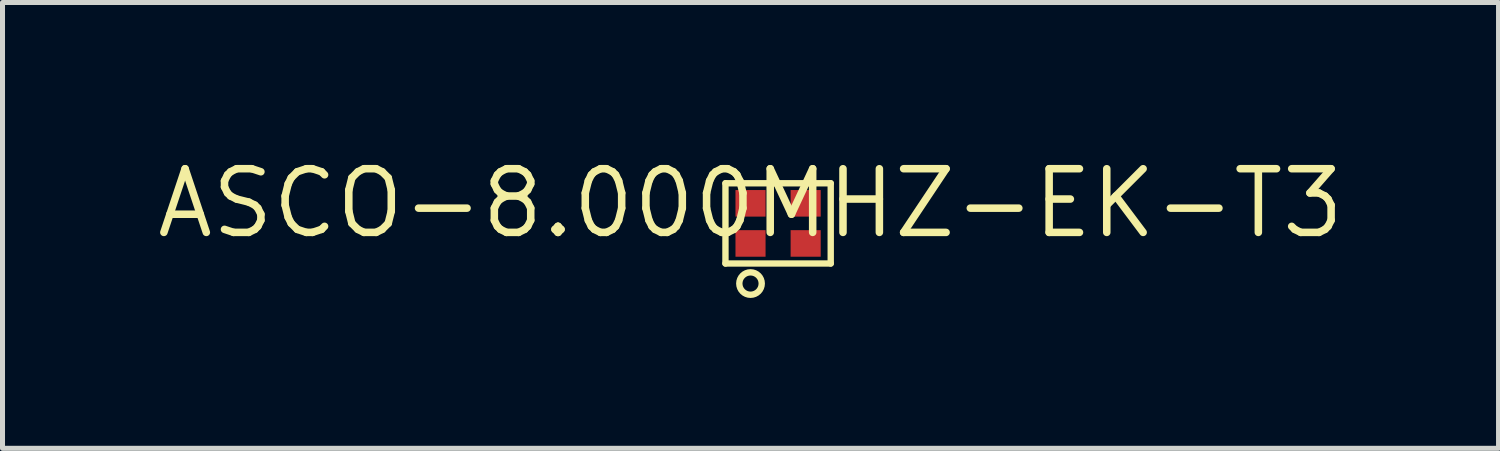
<source format=kicad_pcb>
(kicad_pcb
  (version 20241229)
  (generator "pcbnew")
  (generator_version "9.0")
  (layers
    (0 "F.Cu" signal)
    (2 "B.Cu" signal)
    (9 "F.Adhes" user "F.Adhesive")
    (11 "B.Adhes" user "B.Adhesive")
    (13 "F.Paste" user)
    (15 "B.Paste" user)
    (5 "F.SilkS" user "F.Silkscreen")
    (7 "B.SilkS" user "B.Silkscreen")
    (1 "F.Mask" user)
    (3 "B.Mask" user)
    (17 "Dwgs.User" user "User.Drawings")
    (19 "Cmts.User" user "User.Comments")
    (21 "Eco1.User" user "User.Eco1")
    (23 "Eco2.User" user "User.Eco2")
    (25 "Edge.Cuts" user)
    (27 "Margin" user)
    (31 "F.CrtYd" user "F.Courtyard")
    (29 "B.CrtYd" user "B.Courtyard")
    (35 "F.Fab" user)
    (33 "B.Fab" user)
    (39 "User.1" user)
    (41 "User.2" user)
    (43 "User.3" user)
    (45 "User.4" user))
  (footprint "ASCO-8.000MHZ-EK-T3"
    (layer "F.Cu")
    (at 11.921 1.006)
    (property "Reference" "ASCO-8.000MHZ-EK-T3" (at 0 0 0) (layer "F.SilkS") (effects (font (size 1.27 1.27) (thickness 0.15))))
    (fp_line (start -0.5 -0.4) (end 1.6 -0.4) (stroke (width 0.127) (type solid)) (layer "F.SilkS"))
    (fp_line (start -0.5 1.2) (end -0.5 -0.4) (stroke (width 0.127) (type solid)) (layer "F.SilkS"))
    (fp_line (start 1.6 -0.4) (end 1.6 1.2) (stroke (width 0.127) (type solid)) (layer "F.SilkS"))
    (fp_line (start 1.6 1.2) (end -0.5 1.2) (stroke (width 0.127) (type solid)) (layer "F.SilkS"))
    (fp_circle (center 0 1.6) (end 0.224 1.6) (stroke (width 0.127) (type solid)) (fill no) (layer "F.SilkS"))
    (pad "P$1" smd rect (at 0 0.8) (size 0.6 0.53) (layers "F.Cu" "F.Mask" "F.Paste"))
    (pad "P$2" smd rect (at 1.1 0.8) (size 0.6 0.53) (layers "F.Cu" "F.Mask" "F.Paste"))
    (pad "P$3" smd rect (at 1.1 0) (size 0.6 0.53) (layers "F.Cu" "F.Mask" "F.Paste"))
    (pad "P$4" smd rect (at 0 0) (size 0.6 0.53) (layers "F.Cu" "F.Mask" "F.Paste")))
  (gr_rect
    (start -3 -3)
    (end 26.842 5.893)
    (stroke (width 0.1) (type default))
    (fill no)
    (layer "Edge.Cuts")))
</source>
